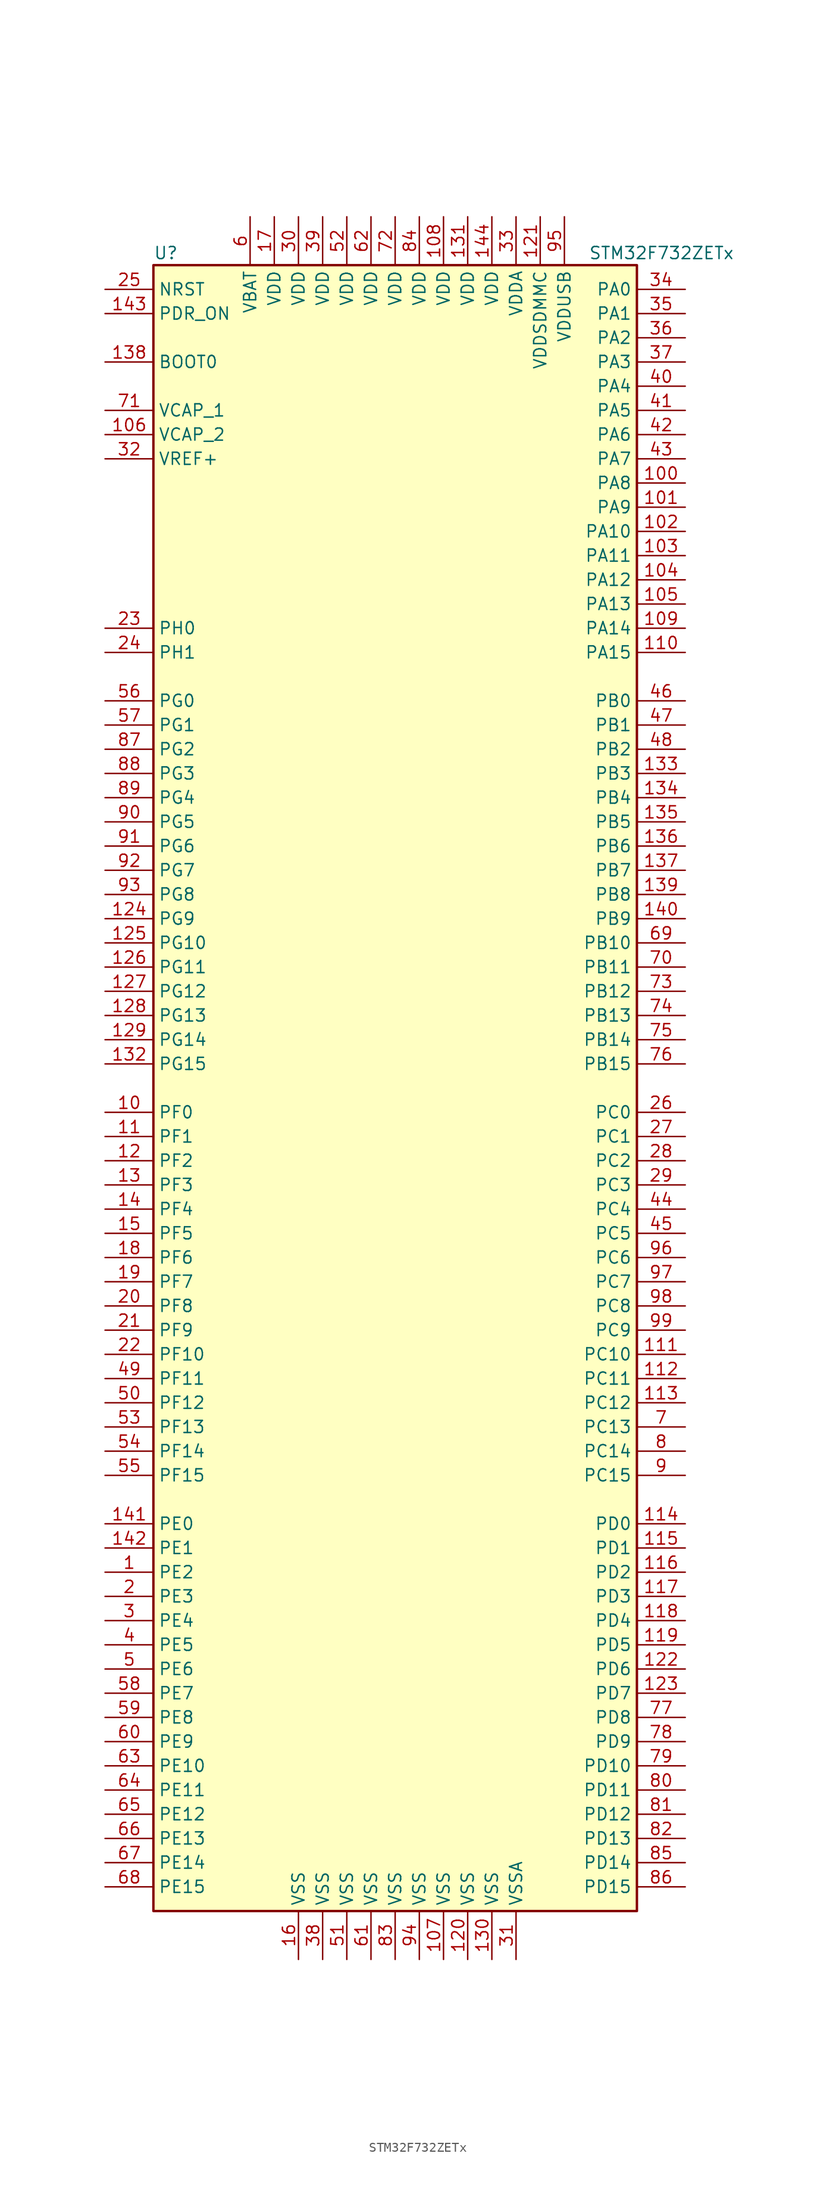
<source format=kicad_sym>
(kicad_symbol_lib
  (version 20201005)
  (generator kicad_symbol_editor)
  (symbol "STM32F732ZETx"
    (property "Reference" "U"
      (at -25.4 87.63 0)
      (effects (font (size 1.27 1.27)) (justify left)))
    (property "Value" "STM32F732ZETx"
      (at 20.32 87.63 0)
      (effects (font (size 1.27 1.27)) (justify left)))
    (symbol "STM32F732ZETx_0_1"
      (rectangle (start -25.4 -86.36) (end 25.4 86.36) (stroke (width 0.254)) (fill (type background))))
    (symbol "STM32F732ZETx_1_1"
      (pin bidirectional line (at -30.48 -50.8 0) (length 5.08) (name "PE2" (effects (font (size 1.27 1.27)))) (number "1" (effects (font (size 1.27 1.27)))))
      (pin bidirectional line (at -30.48 -2.54 0) (length 5.08) (name "PF0" (effects (font (size 1.27 1.27)))) (number "10" (effects (font (size 1.27 1.27)))))
      (pin bidirectional line (at 30.48 63.5 180) (length 5.08) (name "PA8" (effects (font (size 1.27 1.27)))) (number "100" (effects (font (size 1.27 1.27)))))
      (pin bidirectional line (at 30.48 60.96 180) (length 5.08) (name "PA9" (effects (font (size 1.27 1.27)))) (number "101" (effects (font (size 1.27 1.27)))))
      (pin bidirectional line (at 30.48 58.42 180) (length 5.08) (name "PA10" (effects (font (size 1.27 1.27)))) (number "102" (effects (font (size 1.27 1.27)))))
      (pin bidirectional line (at 30.48 55.88 180) (length 5.08) (name "PA11" (effects (font (size 1.27 1.27)))) (number "103" (effects (font (size 1.27 1.27)))))
      (pin bidirectional line (at 30.48 53.34 180) (length 5.08) (name "PA12" (effects (font (size 1.27 1.27)))) (number "104" (effects (font (size 1.27 1.27)))))
      (pin bidirectional line (at 30.48 50.8 180) (length 5.08) (name "PA13" (effects (font (size 1.27 1.27)))) (number "105" (effects (font (size 1.27 1.27)))))
      (pin power_in line (at -30.48 68.58 0) (length 5.08) (name "VCAP_2" (effects (font (size 1.27 1.27)))) (number "106" (effects (font (size 1.27 1.27)))))
      (pin power_in line (at 5.08 -91.44 90) (length 5.08) (name "VSS" (effects (font (size 1.27 1.27)))) (number "107" (effects (font (size 1.27 1.27)))))
      (pin power_in line (at 5.08 91.44 270) (length 5.08) (name "VDD" (effects (font (size 1.27 1.27)))) (number "108" (effects (font (size 1.27 1.27)))))
      (pin bidirectional line (at 30.48 48.26 180) (length 5.08) (name "PA14" (effects (font (size 1.27 1.27)))) (number "109" (effects (font (size 1.27 1.27)))))
      (pin bidirectional line (at -30.48 -5.08 0) (length 5.08) (name "PF1" (effects (font (size 1.27 1.27)))) (number "11" (effects (font (size 1.27 1.27)))))
      (pin bidirectional line (at 30.48 45.72 180) (length 5.08) (name "PA15" (effects (font (size 1.27 1.27)))) (number "110" (effects (font (size 1.27 1.27)))))
      (pin bidirectional line (at 30.48 -27.94 180) (length 5.08) (name "PC10" (effects (font (size 1.27 1.27)))) (number "111" (effects (font (size 1.27 1.27)))))
      (pin bidirectional line (at 30.48 -30.48 180) (length 5.08) (name "PC11" (effects (font (size 1.27 1.27)))) (number "112" (effects (font (size 1.27 1.27)))))
      (pin bidirectional line (at 30.48 -33.02 180) (length 5.08) (name "PC12" (effects (font (size 1.27 1.27)))) (number "113" (effects (font (size 1.27 1.27)))))
      (pin bidirectional line (at 30.48 -45.72 180) (length 5.08) (name "PD0" (effects (font (size 1.27 1.27)))) (number "114" (effects (font (size 1.27 1.27)))))
      (pin bidirectional line (at 30.48 -48.26 180) (length 5.08) (name "PD1" (effects (font (size 1.27 1.27)))) (number "115" (effects (font (size 1.27 1.27)))))
      (pin bidirectional line (at 30.48 -50.8 180) (length 5.08) (name "PD2" (effects (font (size 1.27 1.27)))) (number "116" (effects (font (size 1.27 1.27)))))
      (pin bidirectional line (at 30.48 -53.34 180) (length 5.08) (name "PD3" (effects (font (size 1.27 1.27)))) (number "117" (effects (font (size 1.27 1.27)))))
      (pin bidirectional line (at 30.48 -55.88 180) (length 5.08) (name "PD4" (effects (font (size 1.27 1.27)))) (number "118" (effects (font (size 1.27 1.27)))))
      (pin bidirectional line (at 30.48 -58.42 180) (length 5.08) (name "PD5" (effects (font (size 1.27 1.27)))) (number "119" (effects (font (size 1.27 1.27)))))
      (pin bidirectional line (at -30.48 -7.62 0) (length 5.08) (name "PF2" (effects (font (size 1.27 1.27)))) (number "12" (effects (font (size 1.27 1.27)))))
      (pin power_in line (at 7.62 -91.44 90) (length 5.08) (name "VSS" (effects (font (size 1.27 1.27)))) (number "120" (effects (font (size 1.27 1.27)))))
      (pin power_in line (at 15.24 91.44 270) (length 5.08) (name "VDDSDMMC" (effects (font (size 1.27 1.27)))) (number "121" (effects (font (size 1.27 1.27)))))
      (pin bidirectional line (at 30.48 -60.96 180) (length 5.08) (name "PD6" (effects (font (size 1.27 1.27)))) (number "122" (effects (font (size 1.27 1.27)))))
      (pin bidirectional line (at 30.48 -63.5 180) (length 5.08) (name "PD7" (effects (font (size 1.27 1.27)))) (number "123" (effects (font (size 1.27 1.27)))))
      (pin bidirectional line (at -30.48 17.78 0) (length 5.08) (name "PG9" (effects (font (size 1.27 1.27)))) (number "124" (effects (font (size 1.27 1.27)))))
      (pin bidirectional line (at -30.48 15.24 0) (length 5.08) (name "PG10" (effects (font (size 1.27 1.27)))) (number "125" (effects (font (size 1.27 1.27)))))
      (pin bidirectional line (at -30.48 12.7 0) (length 5.08) (name "PG11" (effects (font (size 1.27 1.27)))) (number "126" (effects (font (size 1.27 1.27)))))
      (pin bidirectional line (at -30.48 10.16 0) (length 5.08) (name "PG12" (effects (font (size 1.27 1.27)))) (number "127" (effects (font (size 1.27 1.27)))))
      (pin bidirectional line (at -30.48 7.62 0) (length 5.08) (name "PG13" (effects (font (size 1.27 1.27)))) (number "128" (effects (font (size 1.27 1.27)))))
      (pin bidirectional line (at -30.48 5.08 0) (length 5.08) (name "PG14" (effects (font (size 1.27 1.27)))) (number "129" (effects (font (size 1.27 1.27)))))
      (pin bidirectional line (at -30.48 -10.16 0) (length 5.08) (name "PF3" (effects (font (size 1.27 1.27)))) (number "13" (effects (font (size 1.27 1.27)))))
      (pin power_in line (at 10.16 -91.44 90) (length 5.08) (name "VSS" (effects (font (size 1.27 1.27)))) (number "130" (effects (font (size 1.27 1.27)))))
      (pin power_in line (at 7.62 91.44 270) (length 5.08) (name "VDD" (effects (font (size 1.27 1.27)))) (number "131" (effects (font (size 1.27 1.27)))))
      (pin bidirectional line (at -30.48 2.54 0) (length 5.08) (name "PG15" (effects (font (size 1.27 1.27)))) (number "132" (effects (font (size 1.27 1.27)))))
      (pin bidirectional line (at 30.48 33.02 180) (length 5.08) (name "PB3" (effects (font (size 1.27 1.27)))) (number "133" (effects (font (size 1.27 1.27)))))
      (pin bidirectional line (at 30.48 30.48 180) (length 5.08) (name "PB4" (effects (font (size 1.27 1.27)))) (number "134" (effects (font (size 1.27 1.27)))))
      (pin bidirectional line (at 30.48 27.94 180) (length 5.08) (name "PB5" (effects (font (size 1.27 1.27)))) (number "135" (effects (font (size 1.27 1.27)))))
      (pin bidirectional line (at 30.48 25.4 180) (length 5.08) (name "PB6" (effects (font (size 1.27 1.27)))) (number "136" (effects (font (size 1.27 1.27)))))
      (pin bidirectional line (at 30.48 22.86 180) (length 5.08) (name "PB7" (effects (font (size 1.27 1.27)))) (number "137" (effects (font (size 1.27 1.27)))))
      (pin input line (at -30.48 76.2 0) (length 5.08) (name "BOOT0" (effects (font (size 1.27 1.27)))) (number "138" (effects (font (size 1.27 1.27)))))
      (pin bidirectional line (at 30.48 20.32 180) (length 5.08) (name "PB8" (effects (font (size 1.27 1.27)))) (number "139" (effects (font (size 1.27 1.27)))))
      (pin bidirectional line (at -30.48 -12.7 0) (length 5.08) (name "PF4" (effects (font (size 1.27 1.27)))) (number "14" (effects (font (size 1.27 1.27)))))
      (pin bidirectional line (at 30.48 17.78 180) (length 5.08) (name "PB9" (effects (font (size 1.27 1.27)))) (number "140" (effects (font (size 1.27 1.27)))))
      (pin bidirectional line (at -30.48 -45.72 0) (length 5.08) (name "PE0" (effects (font (size 1.27 1.27)))) (number "141" (effects (font (size 1.27 1.27)))))
      (pin bidirectional line (at -30.48 -48.26 0) (length 5.08) (name "PE1" (effects (font (size 1.27 1.27)))) (number "142" (effects (font (size 1.27 1.27)))))
      (pin input line (at -30.48 81.28 0) (length 5.08) (name "PDR_ON" (effects (font (size 1.27 1.27)))) (number "143" (effects (font (size 1.27 1.27)))))
      (pin power_in line (at 10.16 91.44 270) (length 5.08) (name "VDD" (effects (font (size 1.27 1.27)))) (number "144" (effects (font (size 1.27 1.27)))))
      (pin bidirectional line (at -30.48 -15.24 0) (length 5.08) (name "PF5" (effects (font (size 1.27 1.27)))) (number "15" (effects (font (size 1.27 1.27)))))
      (pin power_in line (at -10.16 -91.44 90) (length 5.08) (name "VSS" (effects (font (size 1.27 1.27)))) (number "16" (effects (font (size 1.27 1.27)))))
      (pin power_in line (at -12.7 91.44 270) (length 5.08) (name "VDD" (effects (font (size 1.27 1.27)))) (number "17" (effects (font (size 1.27 1.27)))))
      (pin bidirectional line (at -30.48 -17.78 0) (length 5.08) (name "PF6" (effects (font (size 1.27 1.27)))) (number "18" (effects (font (size 1.27 1.27)))))
      (pin bidirectional line (at -30.48 -20.32 0) (length 5.08) (name "PF7" (effects (font (size 1.27 1.27)))) (number "19" (effects (font (size 1.27 1.27)))))
      (pin bidirectional line (at -30.48 -53.34 0) (length 5.08) (name "PE3" (effects (font (size 1.27 1.27)))) (number "2" (effects (font (size 1.27 1.27)))))
      (pin bidirectional line (at -30.48 -22.86 0) (length 5.08) (name "PF8" (effects (font (size 1.27 1.27)))) (number "20" (effects (font (size 1.27 1.27)))))
      (pin bidirectional line (at -30.48 -25.4 0) (length 5.08) (name "PF9" (effects (font (size 1.27 1.27)))) (number "21" (effects (font (size 1.27 1.27)))))
      (pin bidirectional line (at -30.48 -27.94 0) (length 5.08) (name "PF10" (effects (font (size 1.27 1.27)))) (number "22" (effects (font (size 1.27 1.27)))))
      (pin input line (at -30.48 48.26 0) (length 5.08) (name "PH0" (effects (font (size 1.27 1.27)))) (number "23" (effects (font (size 1.27 1.27)))))
      (pin input line (at -30.48 45.72 0) (length 5.08) (name "PH1" (effects (font (size 1.27 1.27)))) (number "24" (effects (font (size 1.27 1.27)))))
      (pin input line (at -30.48 83.82 0) (length 5.08) (name "NRST" (effects (font (size 1.27 1.27)))) (number "25" (effects (font (size 1.27 1.27)))))
      (pin bidirectional line (at 30.48 -2.54 180) (length 5.08) (name "PC0" (effects (font (size 1.27 1.27)))) (number "26" (effects (font (size 1.27 1.27)))))
      (pin bidirectional line (at 30.48 -5.08 180) (length 5.08) (name "PC1" (effects (font (size 1.27 1.27)))) (number "27" (effects (font (size 1.27 1.27)))))
      (pin bidirectional line (at 30.48 -7.62 180) (length 5.08) (name "PC2" (effects (font (size 1.27 1.27)))) (number "28" (effects (font (size 1.27 1.27)))))
      (pin bidirectional line (at 30.48 -10.16 180) (length 5.08) (name "PC3" (effects (font (size 1.27 1.27)))) (number "29" (effects (font (size 1.27 1.27)))))
      (pin bidirectional line (at -30.48 -55.88 0) (length 5.08) (name "PE4" (effects (font (size 1.27 1.27)))) (number "3" (effects (font (size 1.27 1.27)))))
      (pin power_in line (at -10.16 91.44 270) (length 5.08) (name "VDD" (effects (font (size 1.27 1.27)))) (number "30" (effects (font (size 1.27 1.27)))))
      (pin power_in line (at 12.7 -91.44 90) (length 5.08) (name "VSSA" (effects (font (size 1.27 1.27)))) (number "31" (effects (font (size 1.27 1.27)))))
      (pin power_in line (at -30.48 66.04 0) (length 5.08) (name "VREF+" (effects (font (size 1.27 1.27)))) (number "32" (effects (font (size 1.27 1.27)))))
      (pin power_in line (at 12.7 91.44 270) (length 5.08) (name "VDDA" (effects (font (size 1.27 1.27)))) (number "33" (effects (font (size 1.27 1.27)))))
      (pin bidirectional line (at 30.48 83.82 180) (length 5.08) (name "PA0" (effects (font (size 1.27 1.27)))) (number "34" (effects (font (size 1.27 1.27)))))
      (pin bidirectional line (at 30.48 81.28 180) (length 5.08) (name "PA1" (effects (font (size 1.27 1.27)))) (number "35" (effects (font (size 1.27 1.27)))))
      (pin bidirectional line (at 30.48 78.74 180) (length 5.08) (name "PA2" (effects (font (size 1.27 1.27)))) (number "36" (effects (font (size 1.27 1.27)))))
      (pin bidirectional line (at 30.48 76.2 180) (length 5.08) (name "PA3" (effects (font (size 1.27 1.27)))) (number "37" (effects (font (size 1.27 1.27)))))
      (pin power_in line (at -7.62 -91.44 90) (length 5.08) (name "VSS" (effects (font (size 1.27 1.27)))) (number "38" (effects (font (size 1.27 1.27)))))
      (pin power_in line (at -7.62 91.44 270) (length 5.08) (name "VDD" (effects (font (size 1.27 1.27)))) (number "39" (effects (font (size 1.27 1.27)))))
      (pin bidirectional line (at -30.48 -58.42 0) (length 5.08) (name "PE5" (effects (font (size 1.27 1.27)))) (number "4" (effects (font (size 1.27 1.27)))))
      (pin bidirectional line (at 30.48 73.66 180) (length 5.08) (name "PA4" (effects (font (size 1.27 1.27)))) (number "40" (effects (font (size 1.27 1.27)))))
      (pin bidirectional line (at 30.48 71.12 180) (length 5.08) (name "PA5" (effects (font (size 1.27 1.27)))) (number "41" (effects (font (size 1.27 1.27)))))
      (pin bidirectional line (at 30.48 68.58 180) (length 5.08) (name "PA6" (effects (font (size 1.27 1.27)))) (number "42" (effects (font (size 1.27 1.27)))))
      (pin bidirectional line (at 30.48 66.04 180) (length 5.08) (name "PA7" (effects (font (size 1.27 1.27)))) (number "43" (effects (font (size 1.27 1.27)))))
      (pin bidirectional line (at 30.48 -12.7 180) (length 5.08) (name "PC4" (effects (font (size 1.27 1.27)))) (number "44" (effects (font (size 1.27 1.27)))))
      (pin bidirectional line (at 30.48 -15.24 180) (length 5.08) (name "PC5" (effects (font (size 1.27 1.27)))) (number "45" (effects (font (size 1.27 1.27)))))
      (pin bidirectional line (at 30.48 40.64 180) (length 5.08) (name "PB0" (effects (font (size 1.27 1.27)))) (number "46" (effects (font (size 1.27 1.27)))))
      (pin bidirectional line (at 30.48 38.1 180) (length 5.08) (name "PB1" (effects (font (size 1.27 1.27)))) (number "47" (effects (font (size 1.27 1.27)))))
      (pin bidirectional line (at 30.48 35.56 180) (length 5.08) (name "PB2" (effects (font (size 1.27 1.27)))) (number "48" (effects (font (size 1.27 1.27)))))
      (pin bidirectional line (at -30.48 -30.48 0) (length 5.08) (name "PF11" (effects (font (size 1.27 1.27)))) (number "49" (effects (font (size 1.27 1.27)))))
      (pin bidirectional line (at -30.48 -60.96 0) (length 5.08) (name "PE6" (effects (font (size 1.27 1.27)))) (number "5" (effects (font (size 1.27 1.27)))))
      (pin bidirectional line (at -30.48 -33.02 0) (length 5.08) (name "PF12" (effects (font (size 1.27 1.27)))) (number "50" (effects (font (size 1.27 1.27)))))
      (pin power_in line (at -5.08 -91.44 90) (length 5.08) (name "VSS" (effects (font (size 1.27 1.27)))) (number "51" (effects (font (size 1.27 1.27)))))
      (pin power_in line (at -5.08 91.44 270) (length 5.08) (name "VDD" (effects (font (size 1.27 1.27)))) (number "52" (effects (font (size 1.27 1.27)))))
      (pin bidirectional line (at -30.48 -35.56 0) (length 5.08) (name "PF13" (effects (font (size 1.27 1.27)))) (number "53" (effects (font (size 1.27 1.27)))))
      (pin bidirectional line (at -30.48 -38.1 0) (length 5.08) (name "PF14" (effects (font (size 1.27 1.27)))) (number "54" (effects (font (size 1.27 1.27)))))
      (pin bidirectional line (at -30.48 -40.64 0) (length 5.08) (name "PF15" (effects (font (size 1.27 1.27)))) (number "55" (effects (font (size 1.27 1.27)))))
      (pin bidirectional line (at -30.48 40.64 0) (length 5.08) (name "PG0" (effects (font (size 1.27 1.27)))) (number "56" (effects (font (size 1.27 1.27)))))
      (pin bidirectional line (at -30.48 38.1 0) (length 5.08) (name "PG1" (effects (font (size 1.27 1.27)))) (number "57" (effects (font (size 1.27 1.27)))))
      (pin bidirectional line (at -30.48 -63.5 0) (length 5.08) (name "PE7" (effects (font (size 1.27 1.27)))) (number "58" (effects (font (size 1.27 1.27)))))
      (pin bidirectional line (at -30.48 -66.04 0) (length 5.08) (name "PE8" (effects (font (size 1.27 1.27)))) (number "59" (effects (font (size 1.27 1.27)))))
      (pin power_in line (at -15.24 91.44 270) (length 5.08) (name "VBAT" (effects (font (size 1.27 1.27)))) (number "6" (effects (font (size 1.27 1.27)))))
      (pin bidirectional line (at -30.48 -68.58 0) (length 5.08) (name "PE9" (effects (font (size 1.27 1.27)))) (number "60" (effects (font (size 1.27 1.27)))))
      (pin power_in line (at -2.54 -91.44 90) (length 5.08) (name "VSS" (effects (font (size 1.27 1.27)))) (number "61" (effects (font (size 1.27 1.27)))))
      (pin power_in line (at -2.54 91.44 270) (length 5.08) (name "VDD" (effects (font (size 1.27 1.27)))) (number "62" (effects (font (size 1.27 1.27)))))
      (pin bidirectional line (at -30.48 -71.12 0) (length 5.08) (name "PE10" (effects (font (size 1.27 1.27)))) (number "63" (effects (font (size 1.27 1.27)))))
      (pin bidirectional line (at -30.48 -73.66 0) (length 5.08) (name "PE11" (effects (font (size 1.27 1.27)))) (number "64" (effects (font (size 1.27 1.27)))))
      (pin bidirectional line (at -30.48 -76.2 0) (length 5.08) (name "PE12" (effects (font (size 1.27 1.27)))) (number "65" (effects (font (size 1.27 1.27)))))
      (pin bidirectional line (at -30.48 -78.74 0) (length 5.08) (name "PE13" (effects (font (size 1.27 1.27)))) (number "66" (effects (font (size 1.27 1.27)))))
      (pin bidirectional line (at -30.48 -81.28 0) (length 5.08) (name "PE14" (effects (font (size 1.27 1.27)))) (number "67" (effects (font (size 1.27 1.27)))))
      (pin bidirectional line (at -30.48 -83.82 0) (length 5.08) (name "PE15" (effects (font (size 1.27 1.27)))) (number "68" (effects (font (size 1.27 1.27)))))
      (pin bidirectional line (at 30.48 15.24 180) (length 5.08) (name "PB10" (effects (font (size 1.27 1.27)))) (number "69" (effects (font (size 1.27 1.27)))))
      (pin bidirectional line (at 30.48 -35.56 180) (length 5.08) (name "PC13" (effects (font (size 1.27 1.27)))) (number "7" (effects (font (size 1.27 1.27)))))
      (pin bidirectional line (at 30.48 12.7 180) (length 5.08) (name "PB11" (effects (font (size 1.27 1.27)))) (number "70" (effects (font (size 1.27 1.27)))))
      (pin power_in line (at -30.48 71.12 0) (length 5.08) (name "VCAP_1" (effects (font (size 1.27 1.27)))) (number "71" (effects (font (size 1.27 1.27)))))
      (pin power_in line (at 0 91.44 270) (length 5.08) (name "VDD" (effects (font (size 1.27 1.27)))) (number "72" (effects (font (size 1.27 1.27)))))
      (pin bidirectional line (at 30.48 10.16 180) (length 5.08) (name "PB12" (effects (font (size 1.27 1.27)))) (number "73" (effects (font (size 1.27 1.27)))))
      (pin bidirectional line (at 30.48 7.62 180) (length 5.08) (name "PB13" (effects (font (size 1.27 1.27)))) (number "74" (effects (font (size 1.27 1.27)))))
      (pin bidirectional line (at 30.48 5.08 180) (length 5.08) (name "PB14" (effects (font (size 1.27 1.27)))) (number "75" (effects (font (size 1.27 1.27)))))
      (pin bidirectional line (at 30.48 2.54 180) (length 5.08) (name "PB15" (effects (font (size 1.27 1.27)))) (number "76" (effects (font (size 1.27 1.27)))))
      (pin bidirectional line (at 30.48 -66.04 180) (length 5.08) (name "PD8" (effects (font (size 1.27 1.27)))) (number "77" (effects (font (size 1.27 1.27)))))
      (pin bidirectional line (at 30.48 -68.58 180) (length 5.08) (name "PD9" (effects (font (size 1.27 1.27)))) (number "78" (effects (font (size 1.27 1.27)))))
      (pin bidirectional line (at 30.48 -71.12 180) (length 5.08) (name "PD10" (effects (font (size 1.27 1.27)))) (number "79" (effects (font (size 1.27 1.27)))))
      (pin bidirectional line (at 30.48 -38.1 180) (length 5.08) (name "PC14" (effects (font (size 1.27 1.27)))) (number "8" (effects (font (size 1.27 1.27)))))
      (pin bidirectional line (at 30.48 -73.66 180) (length 5.08) (name "PD11" (effects (font (size 1.27 1.27)))) (number "80" (effects (font (size 1.27 1.27)))))
      (pin bidirectional line (at 30.48 -76.2 180) (length 5.08) (name "PD12" (effects (font (size 1.27 1.27)))) (number "81" (effects (font (size 1.27 1.27)))))
      (pin bidirectional line (at 30.48 -78.74 180) (length 5.08) (name "PD13" (effects (font (size 1.27 1.27)))) (number "82" (effects (font (size 1.27 1.27)))))
      (pin power_in line (at 0 -91.44 90) (length 5.08) (name "VSS" (effects (font (size 1.27 1.27)))) (number "83" (effects (font (size 1.27 1.27)))))
      (pin power_in line (at 2.54 91.44 270) (length 5.08) (name "VDD" (effects (font (size 1.27 1.27)))) (number "84" (effects (font (size 1.27 1.27)))))
      (pin bidirectional line (at 30.48 -81.28 180) (length 5.08) (name "PD14" (effects (font (size 1.27 1.27)))) (number "85" (effects (font (size 1.27 1.27)))))
      (pin bidirectional line (at 30.48 -83.82 180) (length 5.08) (name "PD15" (effects (font (size 1.27 1.27)))) (number "86" (effects (font (size 1.27 1.27)))))
      (pin bidirectional line (at -30.48 35.56 0) (length 5.08) (name "PG2" (effects (font (size 1.27 1.27)))) (number "87" (effects (font (size 1.27 1.27)))))
      (pin bidirectional line (at -30.48 33.02 0) (length 5.08) (name "PG3" (effects (font (size 1.27 1.27)))) (number "88" (effects (font (size 1.27 1.27)))))
      (pin bidirectional line (at -30.48 30.48 0) (length 5.08) (name "PG4" (effects (font (size 1.27 1.27)))) (number "89" (effects (font (size 1.27 1.27)))))
      (pin bidirectional line (at 30.48 -40.64 180) (length 5.08) (name "PC15" (effects (font (size 1.27 1.27)))) (number "9" (effects (font (size 1.27 1.27)))))
      (pin bidirectional line (at -30.48 27.94 0) (length 5.08) (name "PG5" (effects (font (size 1.27 1.27)))) (number "90" (effects (font (size 1.27 1.27)))))
      (pin bidirectional line (at -30.48 25.4 0) (length 5.08) (name "PG6" (effects (font (size 1.27 1.27)))) (number "91" (effects (font (size 1.27 1.27)))))
      (pin bidirectional line (at -30.48 22.86 0) (length 5.08) (name "PG7" (effects (font (size 1.27 1.27)))) (number "92" (effects (font (size 1.27 1.27)))))
      (pin bidirectional line (at -30.48 20.32 0) (length 5.08) (name "PG8" (effects (font (size 1.27 1.27)))) (number "93" (effects (font (size 1.27 1.27)))))
      (pin power_in line (at 2.54 -91.44 90) (length 5.08) (name "VSS" (effects (font (size 1.27 1.27)))) (number "94" (effects (font (size 1.27 1.27)))))
      (pin power_in line (at 17.78 91.44 270) (length 5.08) (name "VDDUSB" (effects (font (size 1.27 1.27)))) (number "95" (effects (font (size 1.27 1.27)))))
      (pin bidirectional line (at 30.48 -17.78 180) (length 5.08) (name "PC6" (effects (font (size 1.27 1.27)))) (number "96" (effects (font (size 1.27 1.27)))))
      (pin bidirectional line (at 30.48 -20.32 180) (length 5.08) (name "PC7" (effects (font (size 1.27 1.27)))) (number "97" (effects (font (size 1.27 1.27)))))
      (pin bidirectional line (at 30.48 -22.86 180) (length 5.08) (name "PC8" (effects (font (size 1.27 1.27)))) (number "98" (effects (font (size 1.27 1.27)))))
      (pin bidirectional line (at 30.48 -25.4 180) (length 5.08) (name "PC9" (effects (font (size 1.27 1.27)))) (number "99" (effects (font (size 1.27 1.27))))))))
</source>
